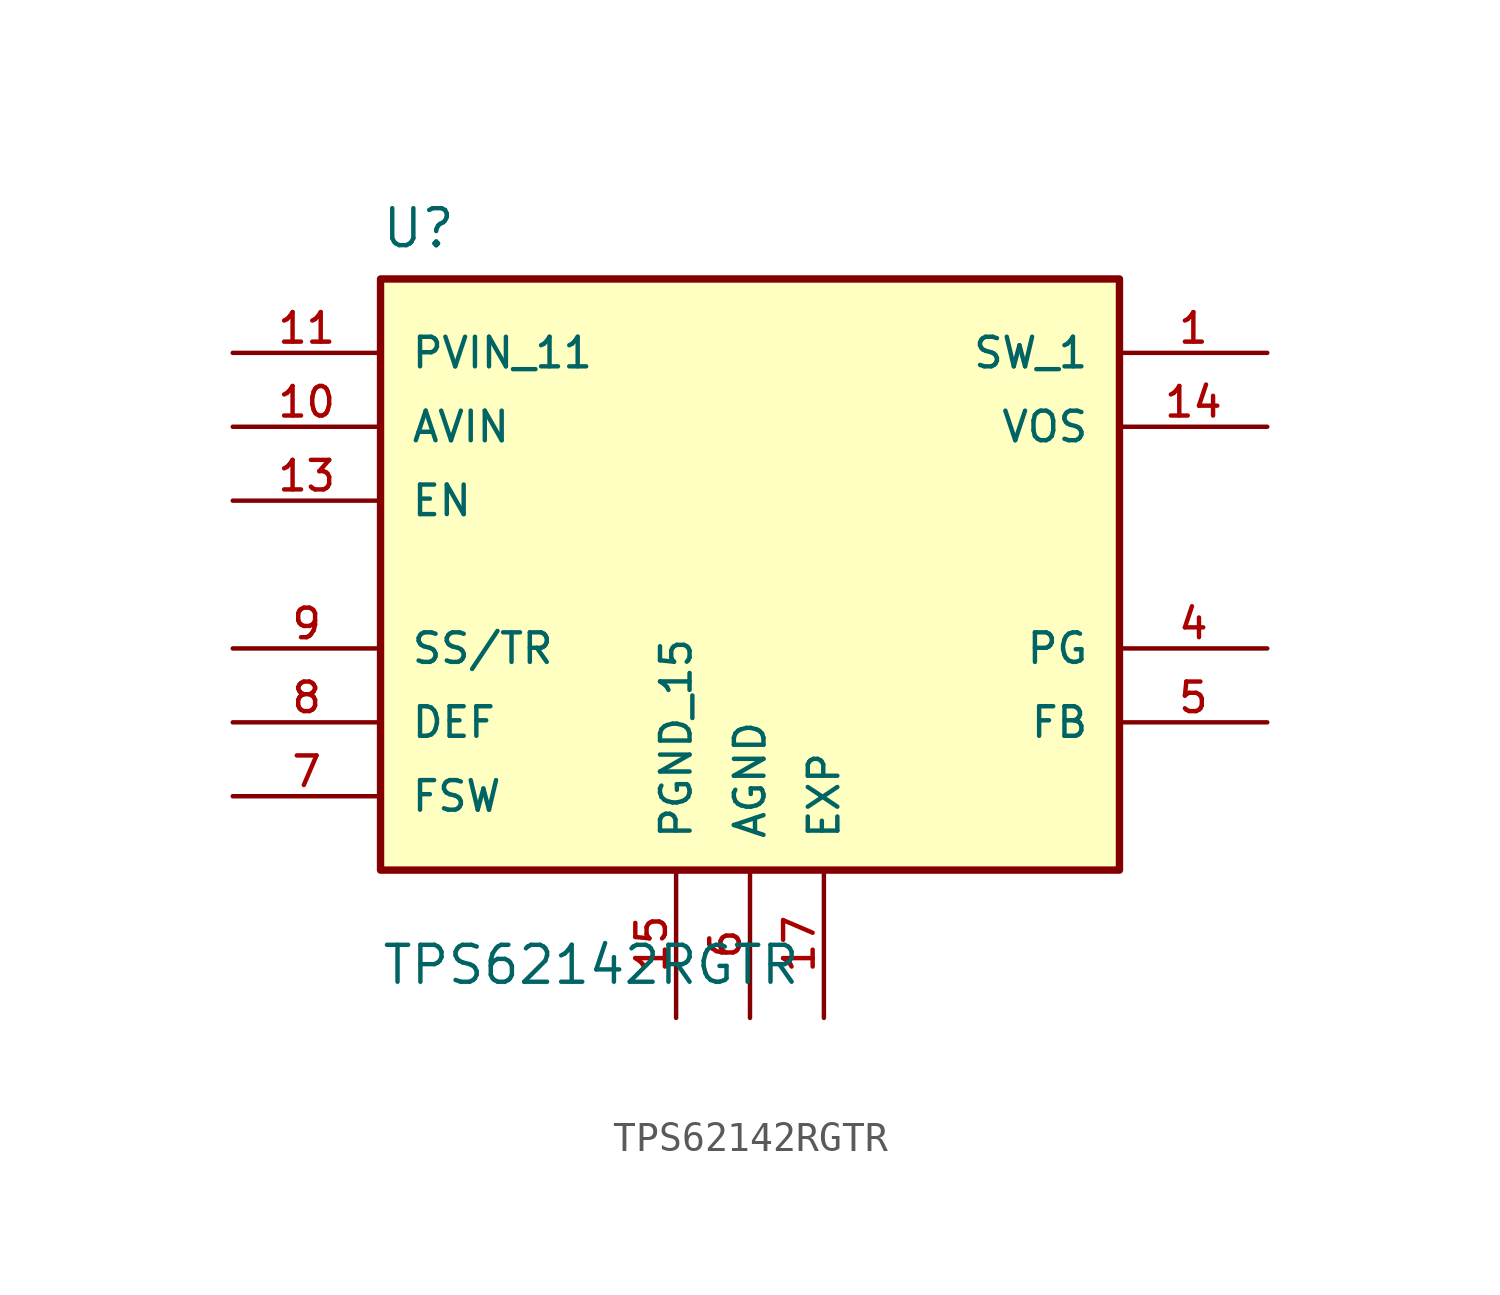
<source format=kicad_sym>
(kicad_symbol_lib
  (version 20231120)
  (generator "kicad_symbol_editor")
  (generator_version "8.0")
  (symbol "TPS62142RGTR"
    (pin_names
      (offset 1.016))
    (property "Reference" "U"
      (at -12.7 21.32 0)
      (effects (font (size 1.27 1.27)) (justify left bottom)))
    (property "Value" "TPS62142RGTR"
      (at -12.7 -4 0)
      (effects (font (size 1.27 1.27)) (justify left bottom)))
    (symbol "TPS62142RGTR_0_0"
      (rectangle (start -12.7 20.32) (end 12.7 0) (stroke (width 0.254) (type default)) (fill (type background)))
      (pin output line (at 17.78 17.78 180) (length 5.08) (name "SW_1" (effects (font (size 1.016 1.016)))) (number "1" (effects (font (size 1.016 1.016)))))
      (pin input line (at -17.78 15.24 0) (length 5.08) (name "AVIN" (effects (font (size 1.016 1.016)))) (number "10" (effects (font (size 1.016 1.016)))))
      (pin input line (at -17.78 17.78 0) (length 5.08) (name "PVIN_11" (effects (font (size 1.016 1.016)))) (number "11" (effects (font (size 1.016 1.016)))))
      (pin input line (at -17.78 12.7 0) (length 5.08) (name "EN" (effects (font (size 1.016 1.016)))) (number "13" (effects (font (size 1.016 1.016)))))
      (pin input line (at 17.78 15.24 180) (length 5.08) (name "VOS" (effects (font (size 1.016 1.016)))) (number "14" (effects (font (size 1.016 1.016)))))
      (pin power_in line (at -2.54 -5.08 90) (length 5.08) (name "PGND_15" (effects (font (size 1.016 1.016)))) (number "15" (effects (font (size 1.016 1.016)))))
      (pin power_in line (at 2.54 -5.08 90) (length 5.08) (name "EXP" (effects (font (size 1.016 1.016)))) (number "17" (effects (font (size 1.016 1.016)))))
      (pin output line (at 17.78 7.62 180) (length 5.08) (name "PG" (effects (font (size 1.016 1.016)))) (number "4" (effects (font (size 1.016 1.016)))))
      (pin input line (at 17.78 5.08 180) (length 5.08) (name "FB" (effects (font (size 1.016 1.016)))) (number "5" (effects (font (size 1.016 1.016)))))
      (pin power_in line (at 0 -5.08 90) (length 5.08) (name "AGND" (effects (font (size 1.016 1.016)))) (number "6" (effects (font (size 1.016 1.016)))))
      (pin input line (at -17.78 2.54 0) (length 5.08) (name "FSW" (effects (font (size 1.016 1.016)))) (number "7" (effects (font (size 1.016 1.016)))))
      (pin input line (at -17.78 5.08 0) (length 5.08) (name "DEF" (effects (font (size 1.016 1.016)))) (number "8" (effects (font (size 1.016 1.016)))))
      (pin input line (at -17.78 7.62 0) (length 5.08) (name "SS/TR" (effects (font (size 1.016 1.016)))) (number "9" (effects (font (size 1.016 1.016))))))
    (symbol "TPS62142RGTR_1_0"
      (pin input line (at -17.78 17.78 0) (length 5.08) hide (name "PVIN_12" (effects (font (size 1.016 1.016)))) (number "12" (effects (font (size 1.016 1.016)))))
      (pin power_in line (at -2.54 -5.08 90) (length 5.08) hide (name "PGND_16" (effects (font (size 1.016 1.016)))) (number "16" (effects (font (size 1.016 1.016)))))
      (pin output line (at 17.78 17.78 180) (length 5.08) hide (name "SW_2" (effects (font (size 1.016 1.016)))) (number "2" (effects (font (size 1.016 1.016)))))
      (pin output line (at 17.78 17.78 180) (length 5.08) hide (name "SW_3" (effects (font (size 1.016 1.016)))) (number "3" (effects (font (size 1.016 1.016))))))))
</source>
